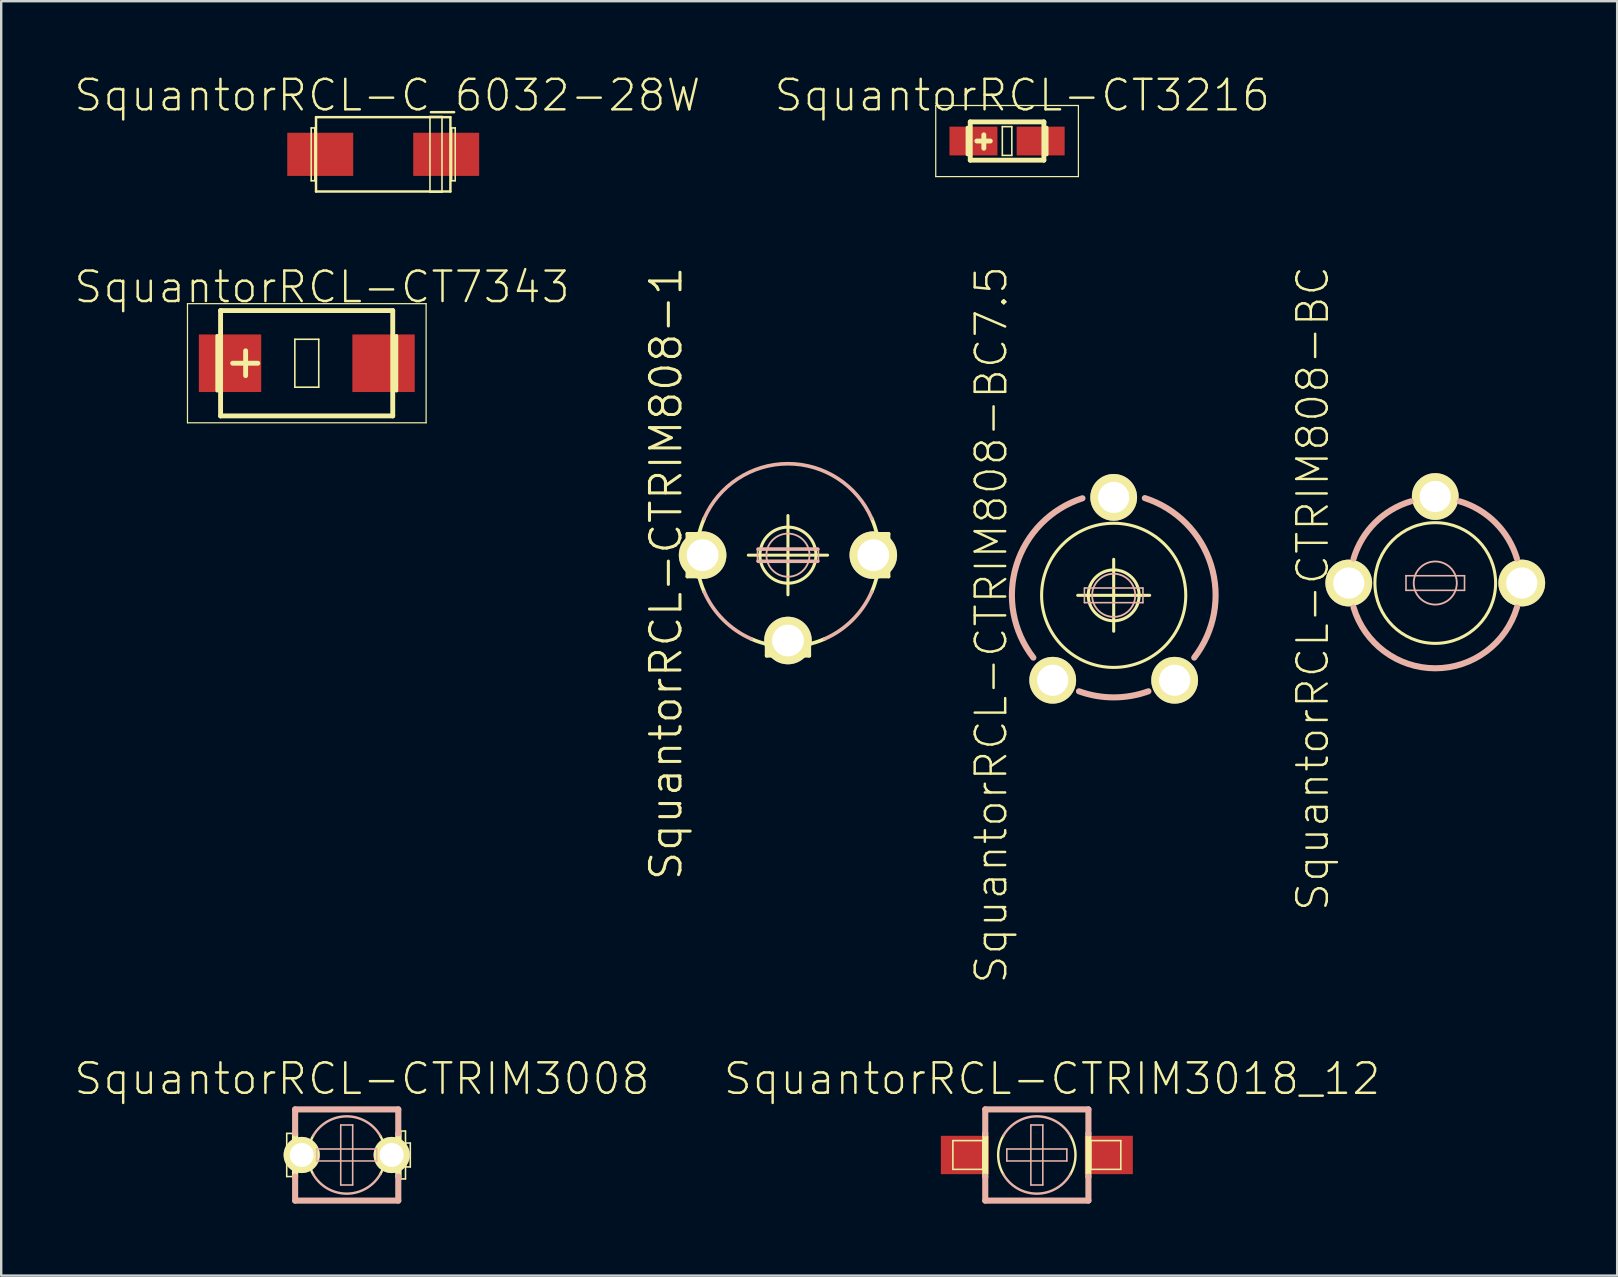
<source format=kicad_pcb>
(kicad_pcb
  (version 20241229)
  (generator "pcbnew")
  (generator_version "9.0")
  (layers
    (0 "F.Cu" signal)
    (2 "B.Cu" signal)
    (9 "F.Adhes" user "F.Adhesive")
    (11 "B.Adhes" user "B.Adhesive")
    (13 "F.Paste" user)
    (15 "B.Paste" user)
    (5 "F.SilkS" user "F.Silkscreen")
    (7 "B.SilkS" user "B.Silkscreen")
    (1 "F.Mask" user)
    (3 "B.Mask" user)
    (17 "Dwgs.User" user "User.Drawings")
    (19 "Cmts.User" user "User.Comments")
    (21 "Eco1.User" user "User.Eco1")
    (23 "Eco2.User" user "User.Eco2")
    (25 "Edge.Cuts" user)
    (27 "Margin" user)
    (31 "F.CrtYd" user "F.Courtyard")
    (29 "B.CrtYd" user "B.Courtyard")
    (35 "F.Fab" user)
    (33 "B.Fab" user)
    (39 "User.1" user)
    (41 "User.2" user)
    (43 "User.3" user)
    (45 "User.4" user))
  (footprint "SquantorRCL-C_6032-28W"
    (layer "F.Cu")
    (at 12.916 3.38)
    (property "Reference" "SquantorRCL-C_6032-28W" (at 0.173 -2.459 0) (layer "F.SilkS") (effects (font (size 1.27 1.27) (thickness 0.102))))
    (attr smd)
    (fp_line (start -3 -1.1) (end -2.85 -1.1) (stroke (width 0.066) (type solid)) (layer "F.SilkS"))
    (fp_line (start -3 1.1) (end -3 -1.1) (stroke (width 0.066) (type solid)) (layer "F.SilkS"))
    (fp_line (start -3 1.1) (end -2.85 1.1) (stroke (width 0.066) (type solid)) (layer "F.SilkS"))
    (fp_line (start -2.85 1.1) (end -2.85 -1.1) (stroke (width 0.066) (type solid)) (layer "F.SilkS"))
    (fp_line (start -2.799 -1.549) (end 2.799 -1.549) (stroke (width 0.102) (type solid)) (layer "F.SilkS"))
    (fp_line (start -2.799 1.549) (end -2.799 -1.549) (stroke (width 0.102) (type solid)) (layer "F.SilkS"))
    (fp_line (start 1.948 -1.575) (end 2.449 -1.575) (stroke (width 0.066) (type solid)) (layer "F.SilkS"))
    (fp_line (start 1.948 1.575) (end 1.948 -1.575) (stroke (width 0.066) (type solid)) (layer "F.SilkS"))
    (fp_line (start 1.948 1.575) (end 2.449 1.575) (stroke (width 0.066) (type solid)) (layer "F.SilkS"))
    (fp_line (start 2.449 1.575) (end 2.449 -1.575) (stroke (width 0.066) (type solid)) (layer "F.SilkS"))
    (fp_line (start 2.799 -1.549) (end 2.799 1.549) (stroke (width 0.102) (type solid)) (layer "F.SilkS"))
    (fp_line (start 2.799 1.549) (end -2.799 1.549) (stroke (width 0.102) (type solid)) (layer "F.SilkS"))
    (fp_line (start 2.85 -1.1) (end 3 -1.1) (stroke (width 0.066) (type solid)) (layer "F.SilkS"))
    (fp_line (start 2.85 1.1) (end 2.85 -1.1) (stroke (width 0.066) (type solid)) (layer "F.SilkS"))
    (fp_line (start 2.85 1.1) (end 3 1.1) (stroke (width 0.066) (type solid)) (layer "F.SilkS"))
    (fp_line (start 3 1.1) (end 3 -1.1) (stroke (width 0.066) (type solid)) (layer "F.SilkS"))
    (pad "+" smd rect (at 2.624 0) (size 2.748 1.798) (layers "F.Cu" "F.Mask" "F.Paste"))
    (pad "-" smd rect (at -2.624 0) (size 2.748 1.798) (layers "F.Cu" "F.Mask" "F.Paste")))
  (footprint "SquantorRCL-CTRIM808-1"
    (layer "F.Cu")
    (at 29.779 20.08)
    (property "Reference" "SquantorRCL-CTRIM808-1" (at -5.08 0.762 90) (layer "F.SilkS") (effects (font (size 1.27 1.27) (thickness 0.127))))
    (attr exclude_from_pos_files exclude_from_bom)
    (fp_line (start -4.191 -0.889) (end -4.191 0.889) (stroke (width 0.152) (type solid)) (layer "F.SilkS"))
    (fp_line (start -4.191 -0.889) (end -3.703 -0.889) (stroke (width 0.152) (type solid)) (layer "F.SilkS"))
    (fp_line (start -4.191 0.889) (end -3.703 0.889) (stroke (width 0.152) (type solid)) (layer "F.SilkS"))
    (fp_line (start -1.651 0) (end 1.651 0) (stroke (width 0.127) (type solid)) (layer "F.SilkS"))
    (fp_line (start -0.889 3.703) (end -0.889 4.191) (stroke (width 0.152) (type solid)) (layer "F.SilkS"))
    (fp_line (start 0 1.651) (end 0 -1.651) (stroke (width 0.127) (type solid)) (layer "F.SilkS"))
    (fp_line (start 0.889 3.703) (end 0.889 4.191) (stroke (width 0.152) (type solid)) (layer "F.SilkS"))
    (fp_line (start 0.889 4.191) (end -0.889 4.191) (stroke (width 0.152) (type solid)) (layer "F.SilkS"))
    (fp_line (start 3.703 -0.889) (end 4.191 -0.889) (stroke (width 0.152) (type solid)) (layer "F.SilkS"))
    (fp_line (start 3.703 0.889) (end 4.191 0.889) (stroke (width 0.152) (type solid)) (layer "F.SilkS"))
    (fp_line (start 4.191 -0.889) (end 4.191 0.889) (stroke (width 0.152) (type solid)) (layer "F.SilkS"))
    (fp_arc (start -3.4925 1.52146) (mid -3.809514 -0.000686) (end -3.491952 -1.522717) (stroke (width 0.1524) (type solid)) (layer "F.SilkS"))
    (fp_arc (start 1.52146 3.4925) (mid -0.000686 3.809514) (end -1.522717 3.491952) (stroke (width 0.1524) (type solid)) (layer "F.SilkS"))
    (fp_arc (start 3.4925 -1.52146) (mid 3.809514 0.000686) (end 3.491952 1.522717) (stroke (width 0.1524) (type solid)) (layer "F.SilkS"))
    (fp_circle (center 0 0) (end -0.826 0.826) (stroke (width 0.127) (type solid)) (fill no) (layer "F.SilkS"))
    (fp_line (start -1.27 -0.254) (end 1.27 -0.254) (stroke (width 0.066) (type solid)) (layer "B.SilkS"))
    (fp_line (start -1.27 0.254) (end -1.27 -0.254) (stroke (width 0.066) (type solid)) (layer "B.SilkS"))
    (fp_line (start -1.27 0.254) (end 1.27 0.254) (stroke (width 0.066) (type solid)) (layer "B.SilkS"))
    (fp_line (start -1.242 -0.254) (end 1.242 -0.254) (stroke (width 0.152) (type solid)) (layer "B.SilkS"))
    (fp_line (start -1.242 0.254) (end 1.242 0.254) (stroke (width 0.152) (type solid)) (layer "B.SilkS"))
    (fp_line (start 1.27 0.254) (end 1.27 -0.254) (stroke (width 0.066) (type solid)) (layer "B.SilkS"))
    (fp_arc (start -3.4925 -1.52146) (mid -0.00401 -3.809512) (end 3.489289 -1.528809) (stroke (width 0.1524) (type solid)) (layer "B.SilkS"))
    (fp_arc (start -1.52146 3.4925) (mid -2.690896 2.696567) (end -3.489289 1.528809) (stroke (width 0.1524) (type solid)) (layer "B.SilkS"))
    (fp_arc (start 3.4925 1.52146) (mid 2.696567 2.690896) (end 1.528809 3.489289) (stroke (width 0.1524) (type solid)) (layer "B.SilkS"))
    (fp_circle (center 0 0) (end -0.635 0.635) (stroke (width 0.076) (type solid)) (fill no) (layer "B.SilkS"))
    (pad "1" thru_hole circle (at -3.556 0) (size 1.981 1.981) (drill 1.321) (layers "*.Cu" "F.Mask" "F.SilkS" "F.Paste"))
    (pad "2" thru_hole circle (at 0 3.556) (size 1.981 1.981) (drill 1.321) (layers "*.Cu" "F.Mask" "F.SilkS" "F.Paste"))
    (pad "3" thru_hole circle (at 3.556 0) (size 1.981 1.981) (drill 1.321) (layers "*.Cu" "F.Mask" "F.SilkS" "F.Paste")))
  (footprint "SquantorRCL-CTRIM808-BC7.5"
    (layer "F.Cu")
    (at 43.35 22.752)
    (property "Reference" "SquantorRCL-CTRIM808-BC7.5" (at -5.103 0.229 90) (layer "F.SilkS") (effects (font (size 1.27 1.27) (thickness 0.102))))
    (attr exclude_from_pos_files exclude_from_bom)
    (fp_line (start -1.499 -0.998) (end 1.499 -0.998) (stroke (width 0.127) (type solid)) (layer "F.SilkS"))
    (fp_line (start 0 0.498) (end 0 -2.499) (stroke (width 0.127) (type solid)) (layer "F.SilkS"))
    (fp_circle (center 0 -0.998) (end -2.123 -3.122) (stroke (width 0.127) (type solid)) (fill no) (layer "F.SilkS"))
    (fp_circle (center 0 -0.998) (end -0.749 -1.748) (stroke (width 0.127) (type solid)) (fill no) (layer "F.SilkS"))
    (fp_line (start -1.219 -1.303) (end 1.219 -1.303) (stroke (width 0.066) (type solid)) (layer "B.SilkS"))
    (fp_line (start -1.219 -0.693) (end -1.219 -1.303) (stroke (width 0.066) (type solid)) (layer "B.SilkS"))
    (fp_line (start -1.219 -0.693) (end 1.219 -0.693) (stroke (width 0.066) (type solid)) (layer "B.SilkS"))
    (fp_line (start 1.219 -0.693) (end 1.219 -1.303) (stroke (width 0.066) (type solid)) (layer "B.SilkS"))
    (fp_arc (start -3.34772 1.59766) (mid -4.052836 -2.254825) (end -1.301502 -5.042117) (stroke (width 0.254) (type solid)) (layer "B.SilkS"))
    (fp_arc (start 1.29794 -5.04952) (mid 4.056857 -2.261989) (end 3.355895 1.596845) (stroke (width 0.254) (type solid)) (layer "B.SilkS"))
    (fp_arc (start 1.4478 2.99974) (mid 0.000525 3.253816) (end -1.446812 3.000098) (stroke (width 0.254) (type solid)) (layer "B.SilkS"))
    (fp_circle (center 0 -0.998) (end -0.635 -1.633) (stroke (width 0.076) (type solid)) (fill no) (layer "B.SilkS"))
    (pad "1" thru_hole circle (at -2.54 2.54) (size 1.948 1.948) (drill 1.298) (layers "*.Cu" "F.Mask" "F.SilkS" "F.Paste"))
    (pad "2" thru_hole circle (at 0 -5.08) (size 1.948 1.948) (drill 1.298) (layers "*.Cu" "F.Mask" "F.SilkS" "F.Paste"))
    (pad "3" thru_hole circle (at 2.54 2.54) (size 1.948 1.948) (drill 1.298) (layers "*.Cu" "F.Mask" "F.SilkS" "F.Paste")))
  (footprint "SquantorRCL-CTRIM808-BC"
    (layer "F.Cu")
    (at 56.748 21.241)
    (property "Reference" "SquantorRCL-CTRIM808-BC" (at -5.103 0.229 90) (layer "F.SilkS") (effects (font (size 1.27 1.27) (thickness 0.102))))
    (attr exclude_from_pos_files exclude_from_bom)
    (fp_circle (center 0 0) (end -1.778 1.778) (stroke (width 0.127) (type solid)) (fill no) (layer "F.SilkS"))
    (fp_line (start -1.219 -0.305) (end 1.219 -0.305) (stroke (width 0.066) (type solid)) (layer "B.SilkS"))
    (fp_line (start -1.219 0.305) (end -1.219 -0.305) (stroke (width 0.066) (type solid)) (layer "B.SilkS"))
    (fp_line (start -1.219 0.305) (end 1.219 0.305) (stroke (width 0.066) (type solid)) (layer "B.SilkS"))
    (fp_line (start 1.219 0.305) (end 1.219 -0.305) (stroke (width 0.066) (type solid)) (layer "B.SilkS"))
    (fp_arc (start -3.4036 -1.016) (mid -2.512929 -2.510365) (end -1.019474 -3.402561) (stroke (width 0.254) (type solid)) (layer "B.SilkS"))
    (fp_arc (start 1.016 -3.4036) (mid 2.510365 -2.512929) (end 3.402561 -1.019474) (stroke (width 0.254) (type solid)) (layer "B.SilkS"))
    (fp_arc (start 3.4036 1.016) (mid 0.001813 3.552006) (end -3.402561 1.019474) (stroke (width 0.254) (type solid)) (layer "B.SilkS"))
    (fp_circle (center 0 0) (end -0.635 0.635) (stroke (width 0.076) (type solid)) (fill no) (layer "B.SilkS"))
    (pad "1" thru_hole circle (at -3.604 0) (size 1.948 1.948) (drill 1.298) (layers "*.Cu" "F.Mask" "F.SilkS" "F.Paste"))
    (pad "2" thru_hole circle (at 0 -3.604) (size 1.948 1.948) (drill 1.298) (layers "*.Cu" "F.Mask" "F.SilkS" "F.Paste"))
    (pad "3" thru_hole circle (at 3.604 0) (size 1.948 1.948) (drill 1.298) (layers "*.Cu" "F.Mask" "F.SilkS" "F.Paste")))
  (footprint "SquantorRCL-CTRIM3018_12"
    (layer "F.Cu")
    (at 40.148 45.071)
    (property "Reference" "SquantorRCL-CTRIM3018_12" (at 0.635 -3.175 0) (layer "F.SilkS") (effects (font (size 1.27 1.27) (thickness 0.102))))
    (attr smd)
    (fp_line (start -3.498 -0.599) (end -2.248 -0.599) (stroke (width 0.066) (type solid)) (layer "F.SilkS"))
    (fp_line (start -3.498 0.599) (end -3.498 -0.599) (stroke (width 0.066) (type solid)) (layer "F.SilkS"))
    (fp_line (start -3.498 0.599) (end -2.248 0.599) (stroke (width 0.066) (type solid)) (layer "F.SilkS"))
    (fp_line (start -2.248 0.599) (end -2.248 -0.599) (stroke (width 0.066) (type solid)) (layer "F.SilkS"))
    (fp_line (start -2.149 0.899) (end -2.149 -0.899) (stroke (width 0.254) (type solid)) (layer "F.SilkS"))
    (fp_line (start 2.149 -0.899) (end 2.149 0.899) (stroke (width 0.254) (type solid)) (layer "F.SilkS"))
    (fp_line (start 2.248 -0.599) (end 3.498 -0.599) (stroke (width 0.066) (type solid)) (layer "F.SilkS"))
    (fp_line (start 2.248 0.599) (end 2.248 -0.599) (stroke (width 0.066) (type solid)) (layer "F.SilkS"))
    (fp_line (start 2.248 0.599) (end 3.498 0.599) (stroke (width 0.066) (type solid)) (layer "F.SilkS"))
    (fp_line (start 3.498 0.599) (end 3.498 -0.599) (stroke (width 0.066) (type solid)) (layer "F.SilkS"))
    (fp_arc (start -1.39954 0.79756) (mid -1.610843 -0.000629) (end -1.398917 -0.798652) (stroke (width 0.1016) (type solid)) (layer "F.SilkS"))
    (fp_arc (start 1.39954 -0.79756) (mid 1.610843 0.000629) (end 1.398917 0.798652) (stroke (width 0.1016) (type solid)) (layer "F.SilkS"))
    (fp_line (start -2.149 -1.9) (end 2.149 -1.9) (stroke (width 0.254) (type solid)) (layer "B.SilkS"))
    (fp_line (start -2.149 -0.899) (end -2.149 -1.9) (stroke (width 0.254) (type solid)) (layer "B.SilkS"))
    (fp_line (start -2.149 1.9) (end -2.149 0.899) (stroke (width 0.254) (type solid)) (layer "B.SilkS"))
    (fp_line (start -1.25 -0.249) (end 1.25 -0.249) (stroke (width 0.066) (type solid)) (layer "B.SilkS"))
    (fp_line (start -1.25 0.249) (end -1.25 -0.249) (stroke (width 0.066) (type solid)) (layer "B.SilkS"))
    (fp_line (start -1.25 0.249) (end 1.25 0.249) (stroke (width 0.066) (type solid)) (layer "B.SilkS"))
    (fp_line (start -0.249 -1.25) (end 0.249 -1.25) (stroke (width 0.066) (type solid)) (layer "B.SilkS"))
    (fp_line (start -0.249 1.25) (end -0.249 -1.25) (stroke (width 0.066) (type solid)) (layer "B.SilkS"))
    (fp_line (start -0.249 1.25) (end 0.249 1.25) (stroke (width 0.066) (type solid)) (layer "B.SilkS"))
    (fp_line (start 0.249 1.25) (end 0.249 -1.25) (stroke (width 0.066) (type solid)) (layer "B.SilkS"))
    (fp_line (start 1.25 0.249) (end 1.25 -0.249) (stroke (width 0.066) (type solid)) (layer "B.SilkS"))
    (fp_line (start 2.149 -1.9) (end 2.149 -0.899) (stroke (width 0.254) (type solid)) (layer "B.SilkS"))
    (fp_line (start 2.149 0.899) (end 2.149 1.9) (stroke (width 0.254) (type solid)) (layer "B.SilkS"))
    (fp_line (start 2.149 1.9) (end -2.149 1.9) (stroke (width 0.254) (type solid)) (layer "B.SilkS"))
    (fp_arc (start -1.39954 -0.79756) (mid -0.002034 -1.610841) (end 1.397521 -0.801092) (stroke (width 0.1016) (type solid)) (layer "B.SilkS"))
    (fp_arc (start 1.39954 0.79756) (mid 0.002034 1.610841) (end -1.397521 0.801092) (stroke (width 0.1016) (type solid)) (layer "B.SilkS"))
    (pad "+" smd rect (at -3 0) (size 1.999 1.598) (layers "F.Cu" "F.Mask" "F.Paste"))
    (pad "-" smd rect (at 3 0) (size 1.999 1.598) (layers "F.Cu" "F.Mask" "F.Paste")))
  (footprint "SquantorRCL-CT7343"
    (layer "F.Cu")
    (at 9.732 12.084)
    (property "Reference" "SquantorRCL-CT7343" (at 0.635 -3.175 0) (layer "F.SilkS") (effects (font (size 1.27 1.27) (thickness 0.102))))
    (attr smd)
    (fp_line (start -4.971 -2.482) (end 4.971 -2.482) (stroke (width 0.051) (type solid)) (layer "F.SilkS"))
    (fp_line (start -4.971 2.482) (end -4.971 -2.482) (stroke (width 0.051) (type solid)) (layer "F.SilkS"))
    (fp_line (start -3.734 -1.143) (end -3.734 1.143) (stroke (width 0.152) (type solid)) (layer "F.SilkS"))
    (fp_line (start -3.592 2.195) (end -3.592 -2.195) (stroke (width 0.203) (type solid)) (layer "F.SilkS"))
    (fp_line (start -2.548 -0.518) (end -2.548 0.518) (stroke (width 0.203) (type solid)) (layer "F.SilkS"))
    (fp_line (start -2.04 0) (end -3.089 0) (stroke (width 0.203) (type solid)) (layer "F.SilkS"))
    (fp_line (start -0.498 -0.998) (end 0.498 -0.998) (stroke (width 0.066) (type solid)) (layer "F.SilkS"))
    (fp_line (start -0.498 0.998) (end -0.498 -0.998) (stroke (width 0.066) (type solid)) (layer "F.SilkS"))
    (fp_line (start -0.498 0.998) (end 0.498 0.998) (stroke (width 0.066) (type solid)) (layer "F.SilkS"))
    (fp_line (start 0.498 0.998) (end 0.498 -0.998) (stroke (width 0.066) (type solid)) (layer "F.SilkS"))
    (fp_line (start 3.581 -2.195) (end -3.592 -2.195) (stroke (width 0.203) (type solid)) (layer "F.SilkS"))
    (fp_line (start 3.581 2.195) (end -3.592 2.195) (stroke (width 0.203) (type solid)) (layer "F.SilkS"))
    (fp_line (start 3.581 2.195) (end 3.581 -2.195) (stroke (width 0.203) (type solid)) (layer "F.SilkS"))
    (fp_line (start 3.734 -1.143) (end 3.734 1.143) (stroke (width 0.152) (type solid)) (layer "F.SilkS"))
    (fp_line (start 4.971 -2.482) (end 4.971 2.482) (stroke (width 0.051) (type solid)) (layer "F.SilkS"))
    (fp_line (start 4.971 2.482) (end -4.971 2.482) (stroke (width 0.051) (type solid)) (layer "F.SilkS"))
    (pad "+" smd rect (at -3.198 0) (size 2.598 2.398) (layers "F.Cu" "F.Mask" "F.Paste"))
    (pad "-" smd rect (at 3.198 0) (size 2.598 2.398) (layers "F.Cu" "F.Mask" "F.Paste")))
  (footprint "SquantorRCL-CT3216"
    (layer "F.Cu")
    (at 38.908 2.826)
    (property "Reference" "SquantorRCL-CT3216" (at 0.635 -1.905 0) (layer "F.SilkS") (effects (font (size 1.27 1.27) (thickness 0.102))))
    (attr smd)
    (fp_line (start -2.972 -1.481) (end 2.972 -1.481) (stroke (width 0.051) (type solid)) (layer "F.SilkS"))
    (fp_line (start -2.972 1.481) (end -2.972 -1.481) (stroke (width 0.051) (type solid)) (layer "F.SilkS"))
    (fp_line (start -1.651 -0.559) (end -1.651 0.559) (stroke (width 0.152) (type solid)) (layer "F.SilkS"))
    (fp_line (start -1.534 -0.798) (end -1.534 0.798) (stroke (width 0.203) (type solid)) (layer "F.SilkS"))
    (fp_line (start -1.534 0.798) (end 1.534 0.798) (stroke (width 0.203) (type solid)) (layer "F.SilkS"))
    (fp_line (start -0.968 -0.259) (end -0.968 0.3) (stroke (width 0.203) (type solid)) (layer "F.SilkS"))
    (fp_line (start -0.699 0) (end -1.26 0) (stroke (width 0.203) (type solid)) (layer "F.SilkS"))
    (fp_line (start -0.198 -0.599) (end 0.198 -0.599) (stroke (width 0.066) (type solid)) (layer "F.SilkS"))
    (fp_line (start -0.198 0.599) (end -0.198 -0.599) (stroke (width 0.066) (type solid)) (layer "F.SilkS"))
    (fp_line (start -0.198 0.599) (end 0.198 0.599) (stroke (width 0.066) (type solid)) (layer "F.SilkS"))
    (fp_line (start 0.198 0.599) (end 0.198 -0.599) (stroke (width 0.066) (type solid)) (layer "F.SilkS"))
    (fp_line (start 1.534 -0.798) (end -1.534 -0.798) (stroke (width 0.203) (type solid)) (layer "F.SilkS"))
    (fp_line (start 1.534 0.798) (end 1.534 -0.798) (stroke (width 0.203) (type solid)) (layer "F.SilkS"))
    (fp_line (start 1.651 -0.559) (end 1.651 0.559) (stroke (width 0.152) (type solid)) (layer "F.SilkS"))
    (fp_line (start 2.972 -1.481) (end 2.972 1.481) (stroke (width 0.051) (type solid)) (layer "F.SilkS"))
    (fp_line (start 2.972 1.481) (end -2.972 1.481) (stroke (width 0.051) (type solid)) (layer "F.SilkS"))
    (pad "+" smd rect (at -1.4 0) (size 1.999 1.199) (layers "F.Cu" "F.Mask" "F.Paste"))
    (pad "-" smd rect (at 1.4 0) (size 1.999 1.199) (layers "F.Cu" "F.Mask" "F.Paste")))
  (footprint "SquantorRCL-CTRIM3008"
    (layer "F.Cu")
    (at 11.395 45.071)
    (property "Reference" "SquantorRCL-CTRIM3008" (at 0.635 -3.175 0) (layer "F.SilkS") (effects (font (size 1.27 1.27) (thickness 0.102))))
    (attr exclude_from_pos_files exclude_from_bom)
    (fp_line (start -2.499 -0.899) (end -2.248 -0.899) (stroke (width 0.066) (type solid)) (layer "F.SilkS"))
    (fp_line (start -2.499 0.899) (end -2.499 -0.899) (stroke (width 0.066) (type solid)) (layer "F.SilkS"))
    (fp_line (start -2.499 0.899) (end -2.248 0.899) (stroke (width 0.066) (type solid)) (layer "F.SilkS"))
    (fp_line (start -2.248 0.899) (end -2.248 -0.899) (stroke (width 0.066) (type solid)) (layer "F.SilkS"))
    (fp_line (start -2.149 0.899) (end -2.149 -0.899) (stroke (width 0.254) (type solid)) (layer "F.SilkS"))
    (fp_line (start 2.149 -0.899) (end 2.149 0.899) (stroke (width 0.254) (type solid)) (layer "F.SilkS"))
    (fp_line (start 2.248 -0.998) (end 2.449 -0.998) (stroke (width 0.066) (type solid)) (layer "F.SilkS"))
    (fp_line (start 2.248 0.998) (end 2.248 -0.998) (stroke (width 0.066) (type solid)) (layer "F.SilkS"))
    (fp_line (start 2.248 0.998) (end 2.449 0.998) (stroke (width 0.066) (type solid)) (layer "F.SilkS"))
    (fp_line (start 2.449 -0.498) (end 2.649 -0.498) (stroke (width 0.066) (type solid)) (layer "F.SilkS"))
    (fp_line (start 2.449 0.498) (end 2.449 -0.498) (stroke (width 0.066) (type solid)) (layer "F.SilkS"))
    (fp_line (start 2.449 0.498) (end 2.649 0.498) (stroke (width 0.066) (type solid)) (layer "F.SilkS"))
    (fp_line (start 2.449 0.998) (end 2.449 -0.998) (stroke (width 0.066) (type solid)) (layer "F.SilkS"))
    (fp_line (start 2.649 0.498) (end 2.649 -0.498) (stroke (width 0.066) (type solid)) (layer "F.SilkS"))
    (fp_arc (start -1.39954 0.79756) (mid -1.610843 -0.000629) (end -1.398917 -0.798652) (stroke (width 0.1016) (type solid)) (layer "F.SilkS"))
    (fp_arc (start 1.39954 -0.79756) (mid 1.610843 0.000629) (end 1.398917 0.798652) (stroke (width 0.1016) (type solid)) (layer "F.SilkS"))
    (fp_line (start -2.149 -1.9) (end 2.149 -1.9) (stroke (width 0.254) (type solid)) (layer "B.SilkS"))
    (fp_line (start -2.149 -0.899) (end -2.149 -1.9) (stroke (width 0.254) (type solid)) (layer "B.SilkS"))
    (fp_line (start -2.149 1.9) (end -2.149 0.899) (stroke (width 0.254) (type solid)) (layer "B.SilkS"))
    (fp_line (start -1.25 -0.249) (end 1.25 -0.249) (stroke (width 0.066) (type solid)) (layer "B.SilkS"))
    (fp_line (start -1.25 0.249) (end -1.25 -0.249) (stroke (width 0.066) (type solid)) (layer "B.SilkS"))
    (fp_line (start -1.25 0.249) (end 1.25 0.249) (stroke (width 0.066) (type solid)) (layer "B.SilkS"))
    (fp_line (start -0.249 -1.25) (end 0.249 -1.25) (stroke (width 0.066) (type solid)) (layer "B.SilkS"))
    (fp_line (start -0.249 1.25) (end -0.249 -1.25) (stroke (width 0.066) (type solid)) (layer "B.SilkS"))
    (fp_line (start -0.249 1.25) (end 0.249 1.25) (stroke (width 0.066) (type solid)) (layer "B.SilkS"))
    (fp_line (start 0.249 1.25) (end 0.249 -1.25) (stroke (width 0.066) (type solid)) (layer "B.SilkS"))
    (fp_line (start 1.25 0.249) (end 1.25 -0.249) (stroke (width 0.066) (type solid)) (layer "B.SilkS"))
    (fp_line (start 2.149 -1.9) (end 2.149 -0.899) (stroke (width 0.254) (type solid)) (layer "B.SilkS"))
    (fp_line (start 2.149 0.899) (end 2.149 1.9) (stroke (width 0.254) (type solid)) (layer "B.SilkS"))
    (fp_line (start 2.149 1.9) (end -2.149 1.9) (stroke (width 0.254) (type solid)) (layer "B.SilkS"))
    (fp_arc (start -1.39954 -0.79756) (mid -0.002034 -1.610841) (end 1.397521 -0.801092) (stroke (width 0.1016) (type solid)) (layer "B.SilkS"))
    (fp_arc (start 1.39954 0.79756) (mid 0.002034 1.610841) (end -1.397521 0.801092) (stroke (width 0.1016) (type solid)) (layer "B.SilkS"))
    (pad "+" thru_hole circle (at -1.875 0) (size 1.506 1.506) (drill 0.998) (layers "*.Cu" "F.Mask" "F.SilkS" "F.Paste"))
    (pad "-" thru_hole circle (at 1.875 0) (size 1.506 1.506) (drill 0.998) (layers "*.Cu" "F.Mask" "F.SilkS" "F.Paste")))
  (gr_rect
    (start -3 -3)
    (end 64.327 50.097)
    (stroke (width 0.1) (type default))
    (fill no)
    (layer "Edge.Cuts")))
</source>
